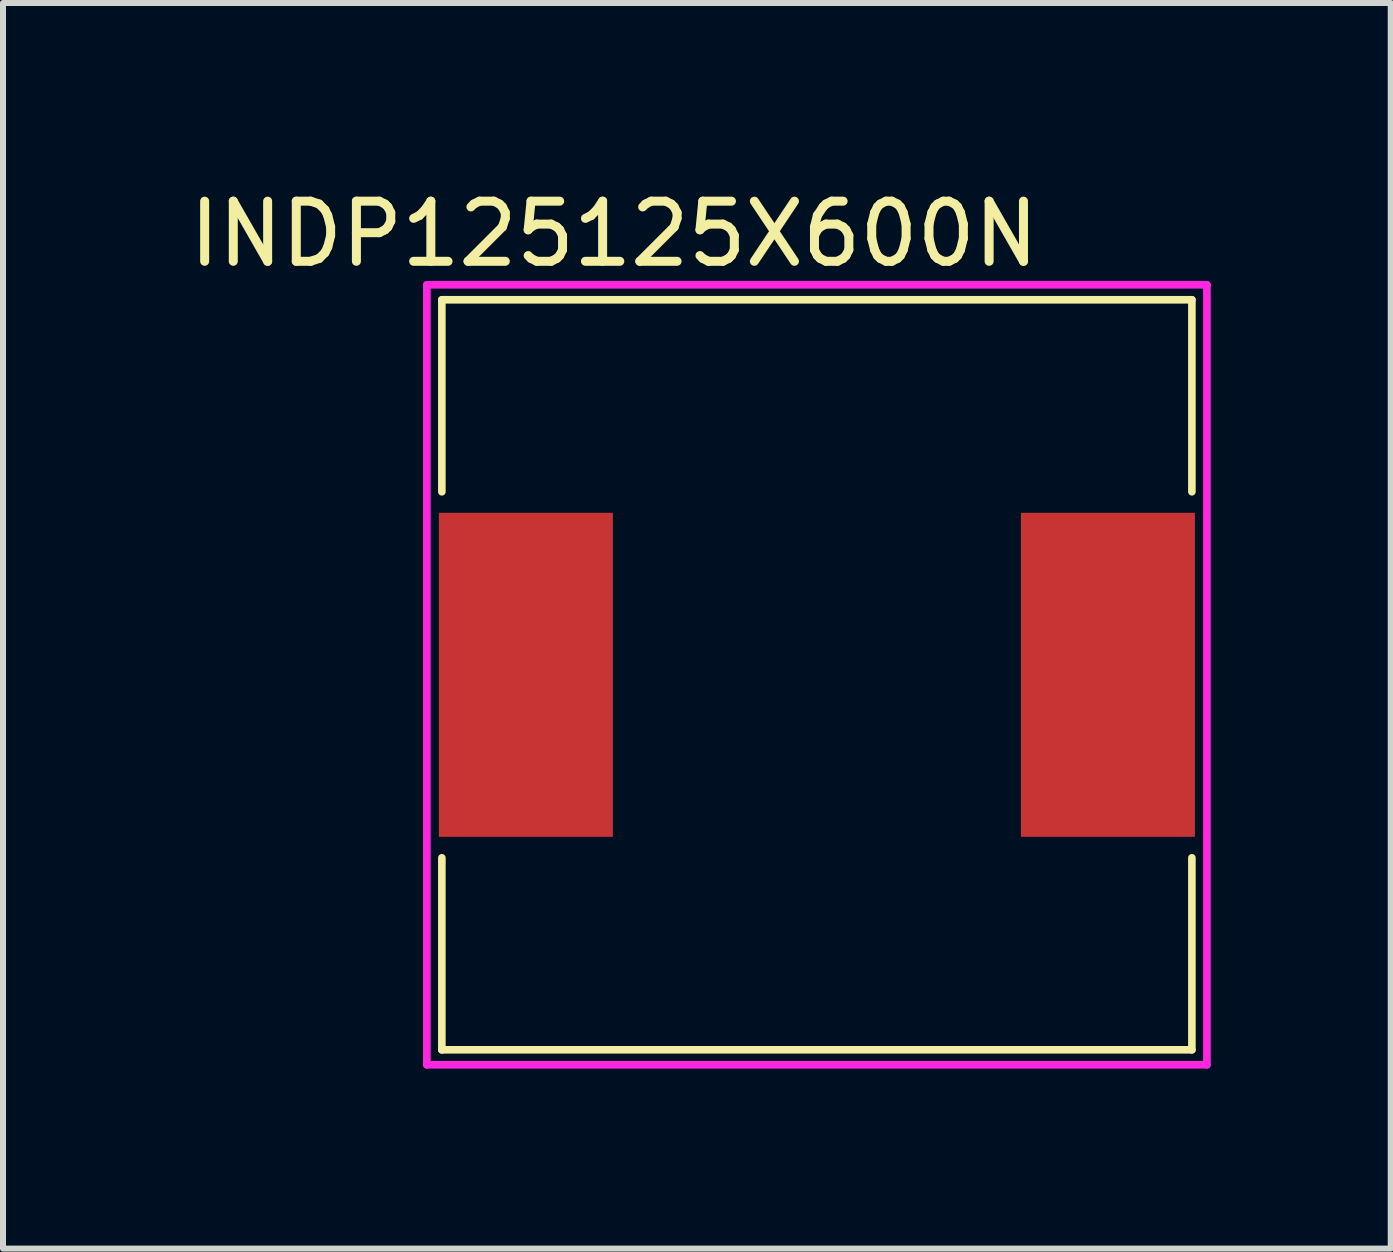
<source format=kicad_pcb>
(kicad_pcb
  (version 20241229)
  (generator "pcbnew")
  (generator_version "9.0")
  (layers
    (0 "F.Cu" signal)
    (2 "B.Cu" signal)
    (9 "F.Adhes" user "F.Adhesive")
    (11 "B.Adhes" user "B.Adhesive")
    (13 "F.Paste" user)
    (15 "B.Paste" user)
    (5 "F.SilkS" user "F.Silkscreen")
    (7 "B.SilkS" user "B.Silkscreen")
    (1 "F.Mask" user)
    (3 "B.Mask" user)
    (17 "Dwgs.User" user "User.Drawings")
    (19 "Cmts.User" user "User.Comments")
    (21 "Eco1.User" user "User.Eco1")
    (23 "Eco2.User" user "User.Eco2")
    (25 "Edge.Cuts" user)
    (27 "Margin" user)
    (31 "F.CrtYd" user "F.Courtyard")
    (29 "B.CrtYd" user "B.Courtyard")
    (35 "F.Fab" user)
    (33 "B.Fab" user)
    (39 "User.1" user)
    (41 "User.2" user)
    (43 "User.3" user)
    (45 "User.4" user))
  (footprint "INDP125125X600N"
    (layer "F.Cu")
    (at 10.564 8.196)
    (property "Reference" "INDP125125X600N" (at -3.38 -7.347 0) (layer "F.SilkS") (effects (font (size 1.002 1.002) (thickness 0.15))))
    (attr smd)
    (fp_line (start -6.25 -6.25) (end -6.25 -3.05) (stroke (width 0.127) (type solid)) (layer "F.SilkS"))
    (fp_line (start -6.25 -6.25) (end 6.25 -6.25) (stroke (width 0.127) (type solid)) (layer "F.SilkS"))
    (fp_line (start -6.25 3.05) (end -6.25 6.25) (stroke (width 0.127) (type solid)) (layer "F.SilkS"))
    (fp_line (start -6.25 6.25) (end 6.25 6.25) (stroke (width 0.127) (type solid)) (layer "F.SilkS"))
    (fp_line (start 6.25 -6.25) (end 6.25 -3.05) (stroke (width 0.127) (type solid)) (layer "F.SilkS"))
    (fp_line (start 6.25 3.05) (end 6.25 6.25) (stroke (width 0.127) (type solid)) (layer "F.SilkS"))
    (fp_line (start -6.5 -6.5) (end 6.5 -6.5) (stroke (width 0.127) (type solid)) (layer "F.CrtYd"))
    (fp_line (start -6.5 6.5) (end -6.5 -6.5) (stroke (width 0.127) (type solid)) (layer "F.CrtYd"))
    (fp_line (start 6.5 -6.5) (end 6.5 6.5) (stroke (width 0.127) (type solid)) (layer "F.CrtYd"))
    (fp_line (start 6.5 6.5) (end -6.5 6.5) (stroke (width 0.127) (type solid)) (layer "F.CrtYd"))
    (pad "1" smd rect (at -4.85 0) (size 2.9 5.4) (layers "F.Cu" "F.Mask" "F.Paste"))
    (pad "2" smd rect (at 4.85 0) (size 2.9 5.4) (layers "F.Cu" "F.Mask" "F.Paste")))
  (gr_rect
    (start -3 -3)
    (end 20.128 17.759)
    (stroke (width 0.1) (type default))
    (fill no)
    (layer "Edge.Cuts")))
</source>
